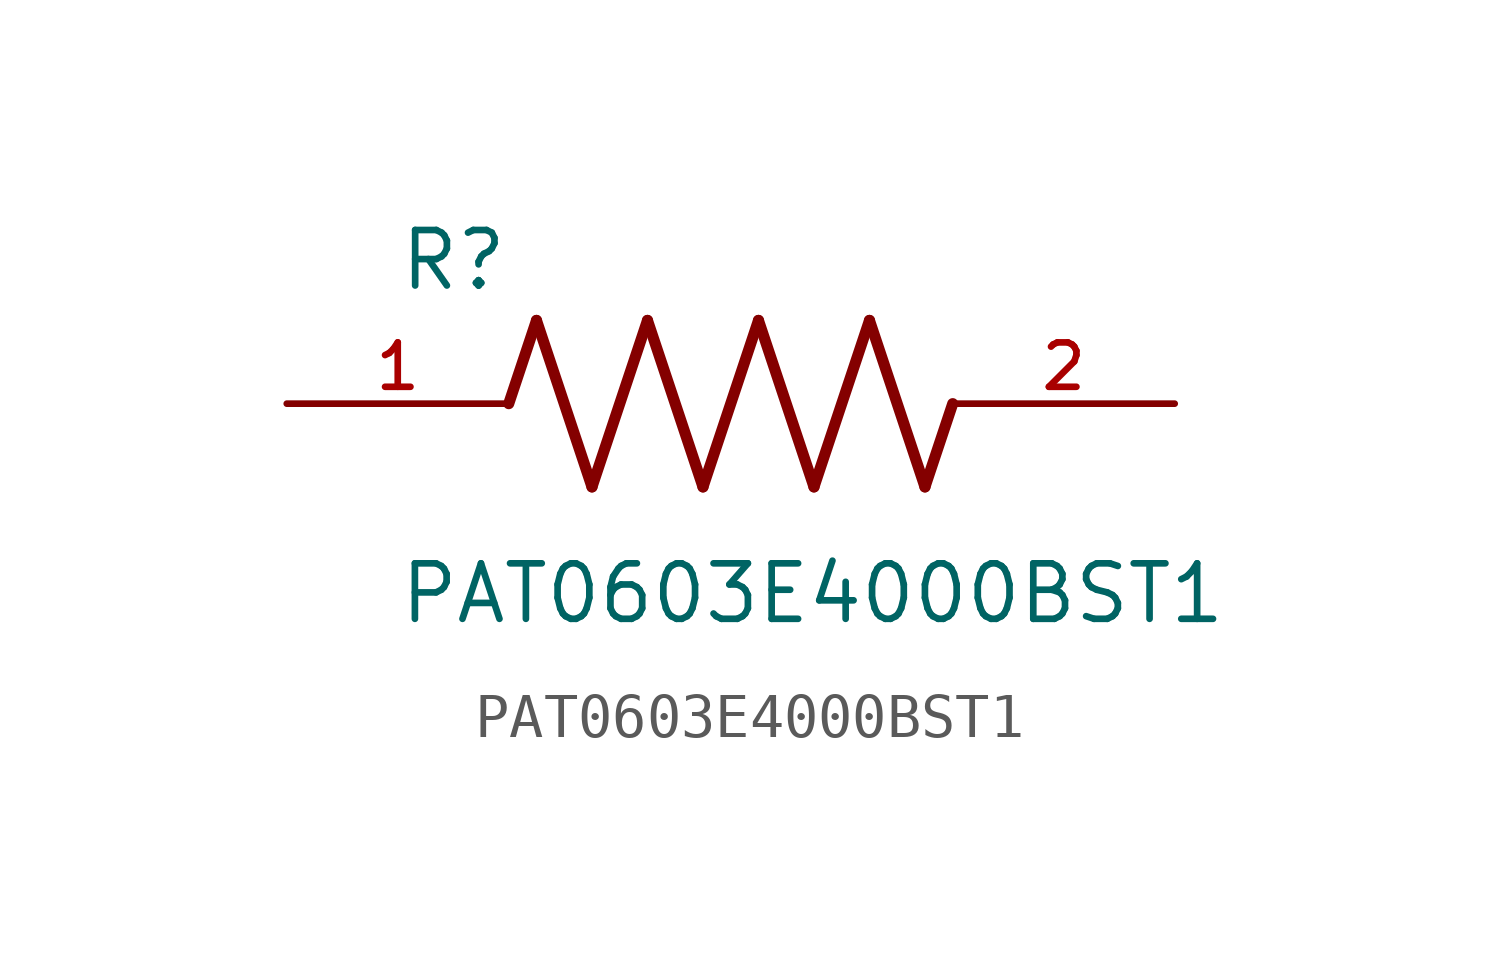
<source format=kicad_sym>
(kicad_symbol_lib
  (version 20211014)
  (generator kicad_symbol_editor)
  (symbol "PAT0603E4000BST1"
    (pin_names
      (offset 1.016))
    (property "Reference" "R"
      (at -7.624 2.541 0)
      (effects (font (size 1.27 1.27)) (justify bottom left)))
    (property "Value" "PAT0603E4000BST1"
      (at -7.63 -5.087 0)
      (effects (font (size 1.27 1.27)) (justify bottom left)))
    (symbol "PAT0603E4000BST1_0_0"
      (polyline (pts (xy -5.08 0.0) (xy -4.445 1.905)) (stroke (width 0.254)))
      (polyline (pts (xy -4.445 1.905) (xy -3.175 -1.905)) (stroke (width 0.254)))
      (polyline (pts (xy -3.175 -1.905) (xy -1.905 1.905)) (stroke (width 0.254)))
      (polyline (pts (xy -1.905 1.905) (xy -0.635 -1.905)) (stroke (width 0.254)))
      (polyline (pts (xy -0.635 -1.905) (xy 0.635 1.905)) (stroke (width 0.254)))
      (polyline (pts (xy 0.635 1.905) (xy 1.905 -1.905)) (stroke (width 0.254)))
      (polyline (pts (xy 1.905 -1.905) (xy 3.175 1.905)) (stroke (width 0.254)))
      (polyline (pts (xy 3.175 1.905) (xy 4.445 -1.905)) (stroke (width 0.254)))
      (polyline (pts (xy 4.445 -1.905) (xy 5.08 0.0)) (stroke (width 0.254)))
      (pin passive line (at -10.16 0.0 0) (length 5.08) (name "~" (effects (font (size 1.016 1.016)))) (number "1" (effects (font (size 1.016 1.016)))))
      (pin passive line (at 10.16 0.0 180.0) (length 5.08) (name "~" (effects (font (size 1.016 1.016)))) (number "2" (effects (font (size 1.016 1.016))))))))
</source>
